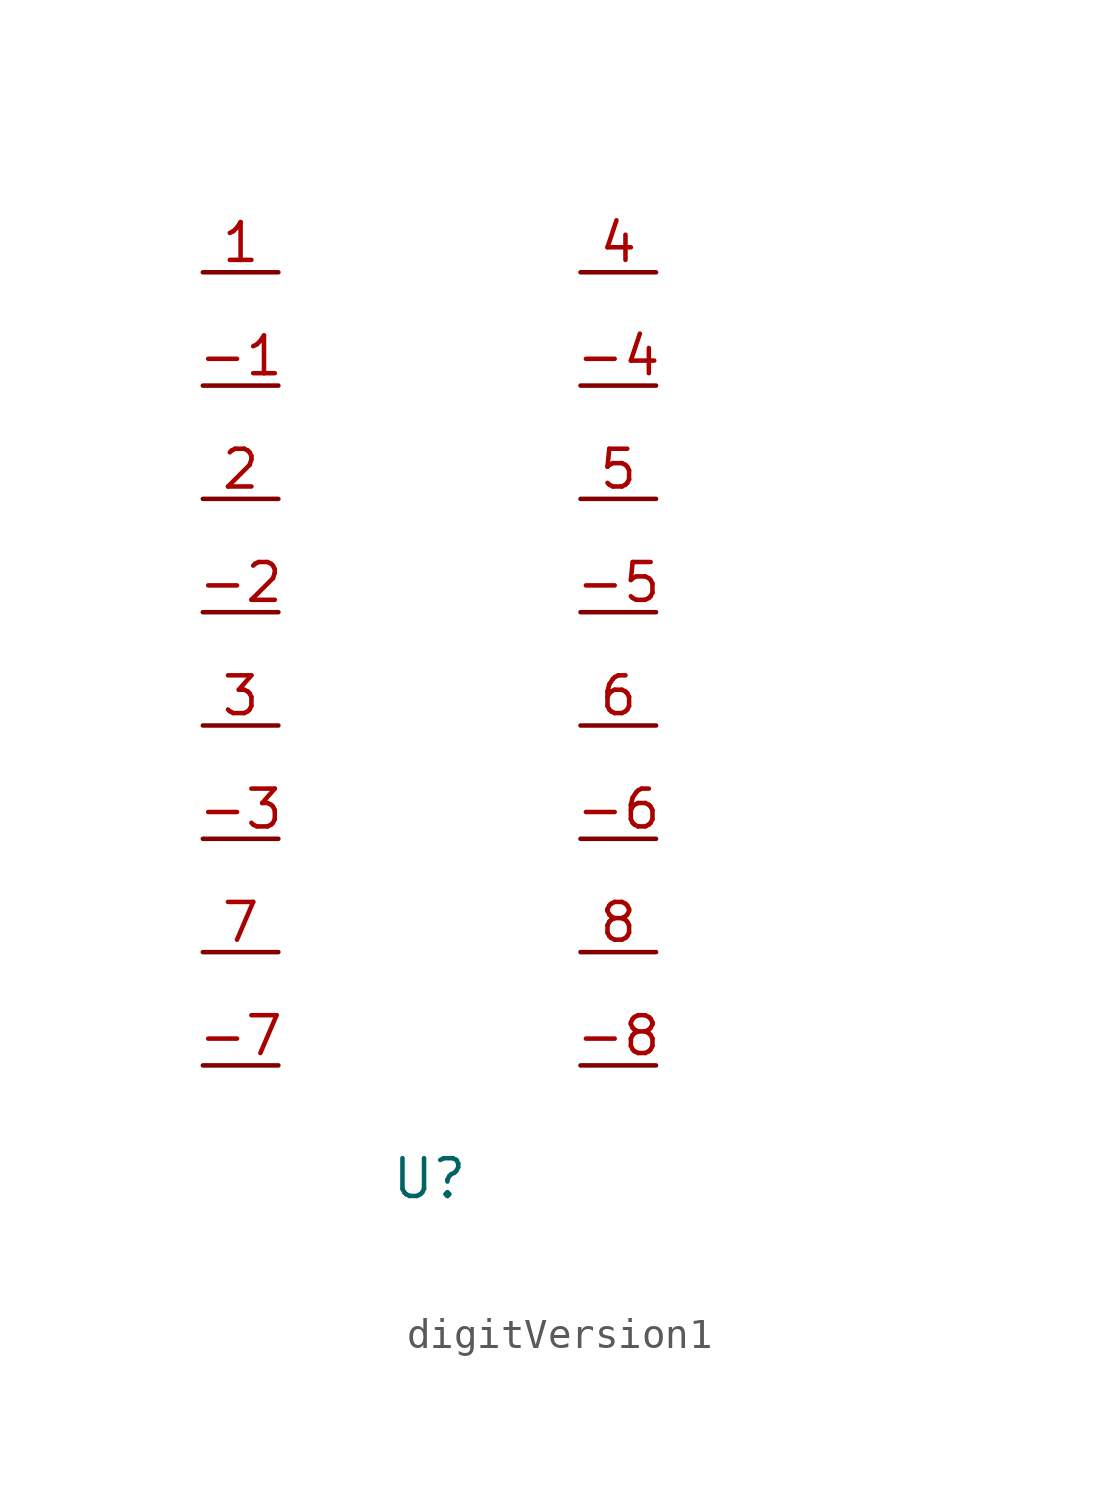
<source format=kicad_sym>
(kicad_symbol_lib
  (version 20231120)
  (generator "kicad_symbol_editor")
  (generator_version "8.0")
  (symbol "digitVersion1"
    (property "Reference" "U"
      (at 0 0 0)
      (effects (font (size 1.27 1.27))))
    (property "Value" ""
      (at 16.51 1.27 0)
      (effects (font (size 1.27 1.27))))
    (symbol "digitVersion1_1_1"
      (pin passive line (at -7.62 26.67 0) (length 2.54) (name "" (effects (font (size 1.27 1.27)))) (number "-1" (effects (font (size 1.27 1.27)))))
      (pin passive line (at -7.62 19.05 0) (length 2.54) (name "" (effects (font (size 1.27 1.27)))) (number "-2" (effects (font (size 1.27 1.27)))))
      (pin passive line (at -7.62 11.43 0) (length 2.54) (name "" (effects (font (size 1.27 1.27)))) (number "-3" (effects (font (size 1.27 1.27)))))
      (pin passive line (at 7.62 26.67 180) (length 2.54) (name "" (effects (font (size 1.27 1.27)))) (number "-4" (effects (font (size 1.27 1.27)))))
      (pin passive line (at 7.62 19.05 180) (length 2.54) (name "" (effects (font (size 1.27 1.27)))) (number "-5" (effects (font (size 1.27 1.27)))))
      (pin passive line (at 7.62 11.43 180) (length 2.54) (name "" (effects (font (size 1.27 1.27)))) (number "-6" (effects (font (size 1.27 1.27)))))
      (pin passive line (at -7.62 3.81 0) (length 2.54) (name "" (effects (font (size 1.27 1.27)))) (number "-7" (effects (font (size 1.27 1.27)))))
      (pin passive line (at 7.62 3.81 180) (length 2.54) (name "" (effects (font (size 1.27 1.27)))) (number "-8" (effects (font (size 1.27 1.27)))))
      (pin passive line (at -7.62 30.48 0) (length 2.54) (name "" (effects (font (size 1.27 1.27)))) (number "1" (effects (font (size 1.27 1.27)))))
      (pin passive line (at -7.62 22.86 0) (length 2.54) (name "" (effects (font (size 1.27 1.27)))) (number "2" (effects (font (size 1.27 1.27)))))
      (pin passive line (at -7.62 15.24 0) (length 2.54) (name "" (effects (font (size 1.27 1.27)))) (number "3" (effects (font (size 1.27 1.27)))))
      (pin passive line (at 7.62 30.48 180) (length 2.54) (name "" (effects (font (size 1.27 1.27)))) (number "4" (effects (font (size 1.27 1.27)))))
      (pin passive line (at 7.62 22.86 180) (length 2.54) (name "" (effects (font (size 1.27 1.27)))) (number "5" (effects (font (size 1.27 1.27)))))
      (pin passive line (at 7.62 15.24 180) (length 2.54) (name "" (effects (font (size 1.27 1.27)))) (number "6" (effects (font (size 1.27 1.27)))))
      (pin passive line (at -7.62 7.62 0) (length 2.54) (name "" (effects (font (size 1.27 1.27)))) (number "7" (effects (font (size 1.27 1.27)))))
      (pin passive line (at 7.62 7.62 180) (length 2.54) (name "" (effects (font (size 1.27 1.27)))) (number "8" (effects (font (size 1.27 1.27))))))))
</source>
